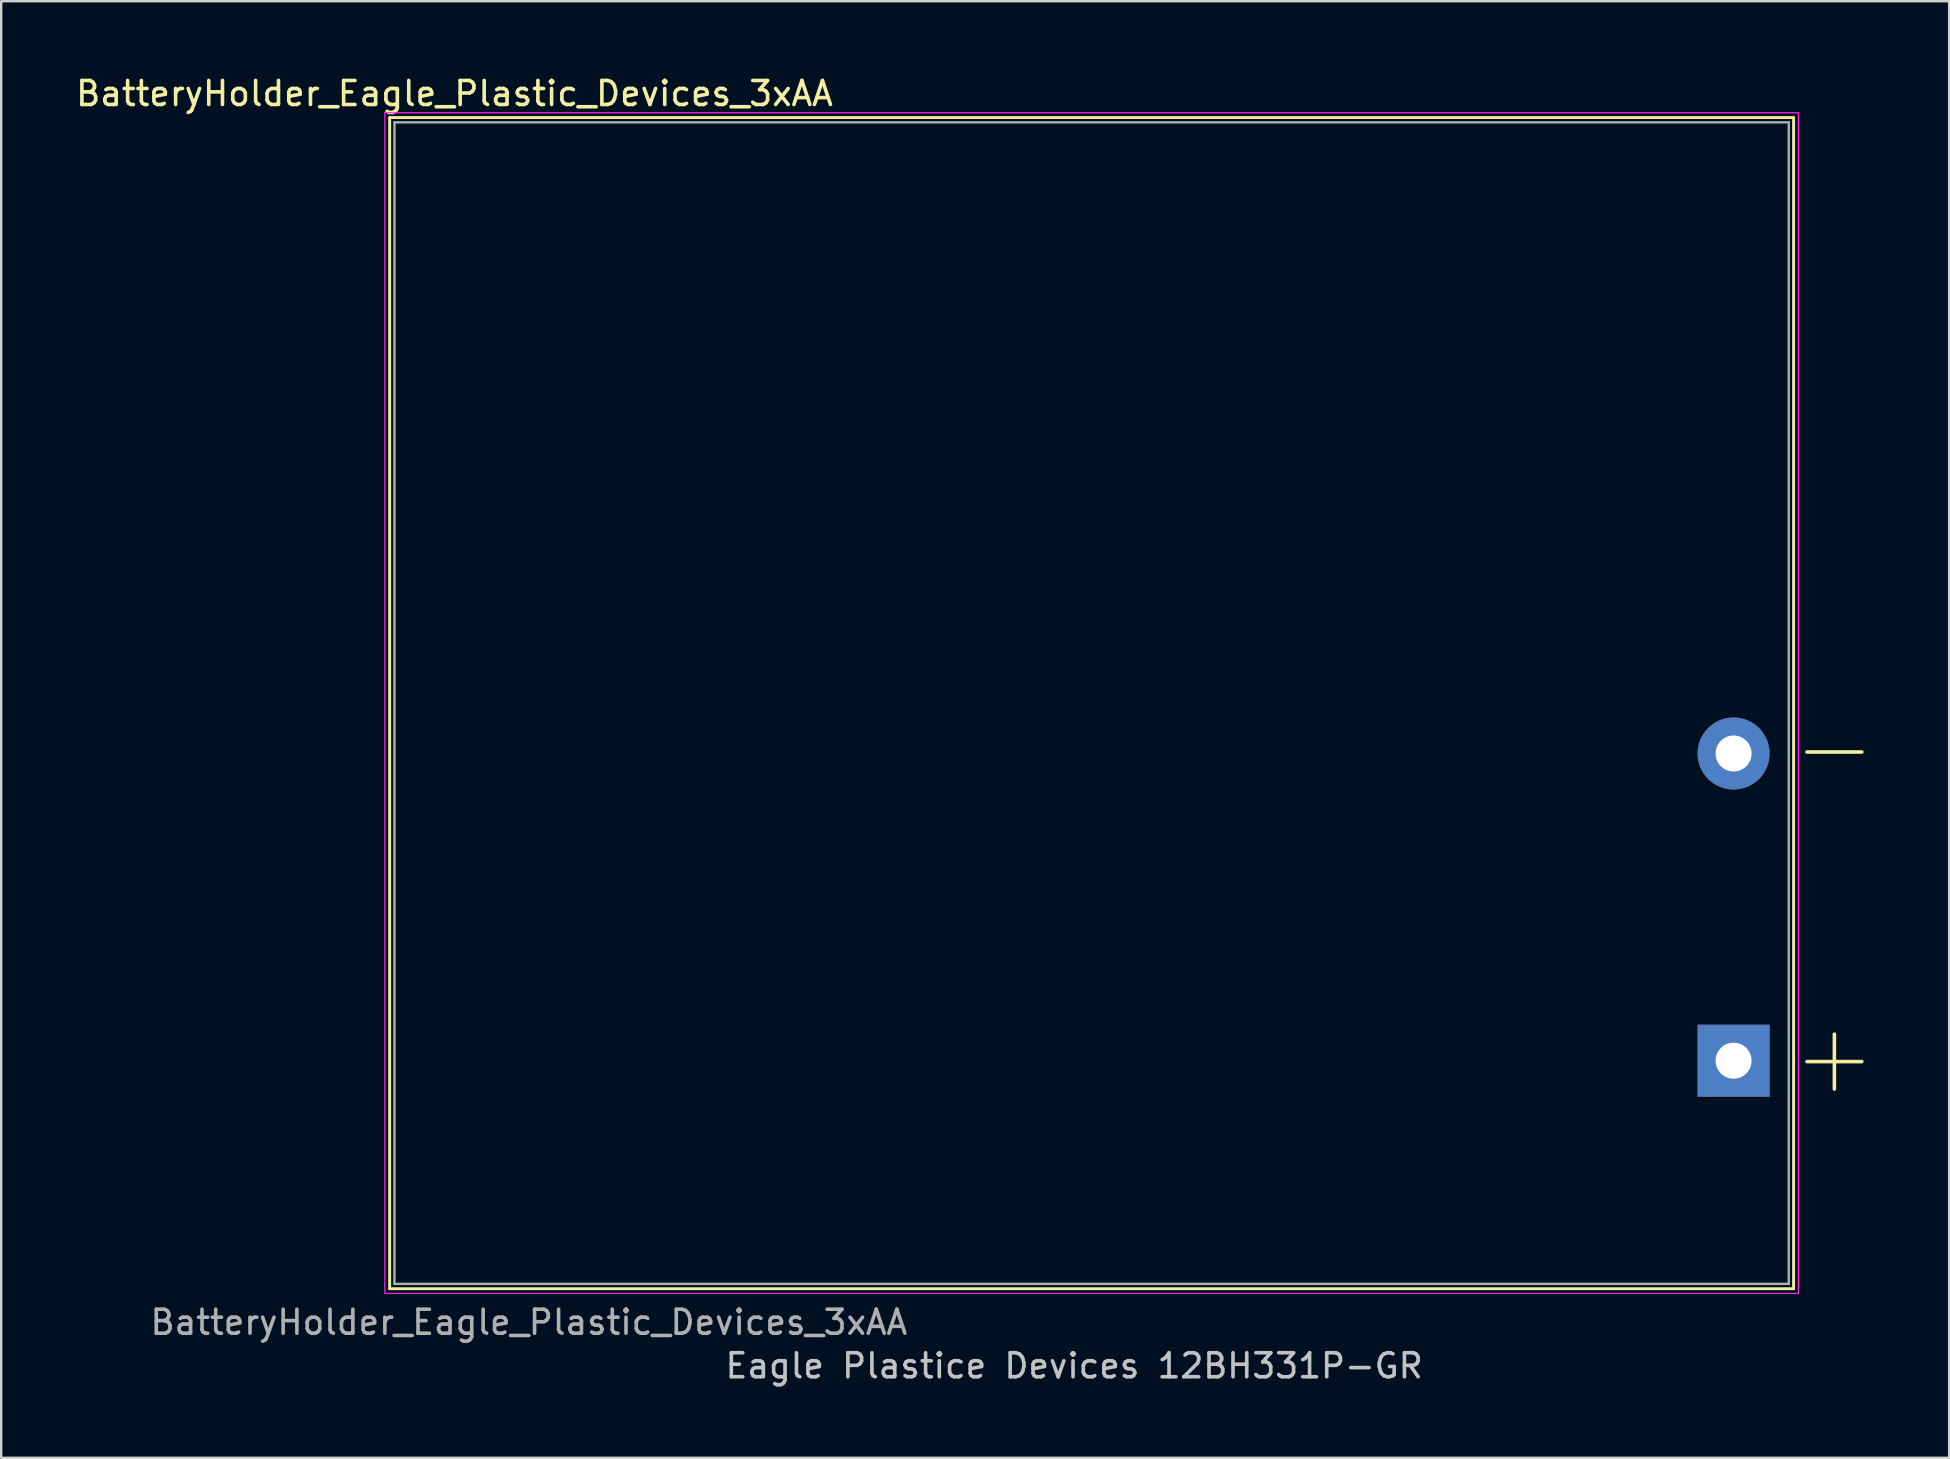
<source format=kicad_pcb>
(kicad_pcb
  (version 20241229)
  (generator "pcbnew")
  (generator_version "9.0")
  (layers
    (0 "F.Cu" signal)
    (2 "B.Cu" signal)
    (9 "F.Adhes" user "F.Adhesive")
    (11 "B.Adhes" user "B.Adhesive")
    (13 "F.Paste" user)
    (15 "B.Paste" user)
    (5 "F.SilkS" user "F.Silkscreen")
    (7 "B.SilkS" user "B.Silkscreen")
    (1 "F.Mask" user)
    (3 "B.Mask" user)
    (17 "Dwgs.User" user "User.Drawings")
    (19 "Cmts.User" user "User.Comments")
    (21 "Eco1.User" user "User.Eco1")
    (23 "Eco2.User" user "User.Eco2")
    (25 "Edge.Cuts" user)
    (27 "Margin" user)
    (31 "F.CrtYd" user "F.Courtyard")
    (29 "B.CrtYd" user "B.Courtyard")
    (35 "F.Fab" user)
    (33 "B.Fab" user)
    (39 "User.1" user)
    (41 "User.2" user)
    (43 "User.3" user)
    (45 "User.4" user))
  (footprint "BatteryHolder_Eagle_Plastic_Devices_3xAA"
    (layer "F.Cu")
    (at 13.187 26.248)
    (property "Reference" "BatteryHolder_Eagle_Plastic_Devices_3xAA" (at 2.7 -25.4 0) (layer "F.SilkS") (effects (font (size 1 1) (thickness 0.15))))
    (attr through_hole)
    (fp_line (start 0 -24.4) (end 0 24.4) (stroke (width 0.12) (type solid)) (layer "F.SilkS"))
    (fp_line (start 0 -24.4) (end 58.5 -24.4) (stroke (width 0.12) (type solid)) (layer "F.SilkS"))
    (fp_line (start 0 24.4) (end 58.5 24.4) (stroke (width 0.12) (type solid)) (layer "F.SilkS"))
    (fp_line (start 58.5 -24.4) (end 58.5 24.4) (stroke (width 0.12) (type solid)) (layer "F.SilkS"))
    (fp_line (start -0.2 -24.6) (end -0.2 24.6) (stroke (width 0.05) (type solid)) (layer "F.CrtYd"))
    (fp_line (start -0.2 -24.6) (end 58.7 -24.6) (stroke (width 0.05) (type solid)) (layer "F.CrtYd"))
    (fp_line (start -0.2 24.6) (end 58.7 24.6) (stroke (width 0.05) (type solid)) (layer "F.CrtYd"))
    (fp_line (start 58.7 -24.6) (end 58.7 24.6) (stroke (width 0.05) (type solid)) (layer "F.CrtYd"))
    (fp_line (start 0.2 -24.2) (end 58.3 -24.2) (stroke (width 0.1) (type solid)) (layer "F.Fab"))
    (fp_line (start 0.2 24.2) (end 0.2 -24.2) (stroke (width 0.1) (type solid)) (layer "F.Fab"))
    (fp_line (start 58.3 -24.2) (end 58.3 24.2) (stroke (width 0.1) (type solid)) (layer "F.Fab"))
    (fp_line (start 58.3 24.2) (end 0.2 24.2) (stroke (width 0.1) (type solid)) (layer "F.Fab"))
    (fp_text user "-" (at 60.2 1.8 0) (layer "F.SilkS") (effects (font (size 3 3) (thickness 0.15))))
    (fp_text user "+" (at 60.2 14.7 0) (layer "F.SilkS") (effects (font (size 3 3) (thickness 0.15))))
    (fp_text user "Eagle Plastice Devices 12BH331P-GR" (at 13.9 28.2 0) (unlocked yes) (layer "Dwgs.User") (effects (font (size 1 1) (thickness 0.15)) (justify left bottom)))
    (fp_text user "${REFERENCE}" (at 5.8 25.8 0) (layer "F.Fab") (effects (font (size 1 1) (thickness 0.15))))
    (pad "1" thru_hole rect (at 56 14.9) (size 3 3) (drill 1.5) (layers "*.Cu" "*.Mask"))
    (pad "2" thru_hole circle (at 56 2.1) (size 3 3) (drill 1.5) (layers "*.Cu" "*.Mask")))
  (gr_rect
    (start -3 -3)
    (end 78.169 57.695)
    (stroke (width 0.1) (type default))
    (fill no)
    (layer "Edge.Cuts")))
</source>
